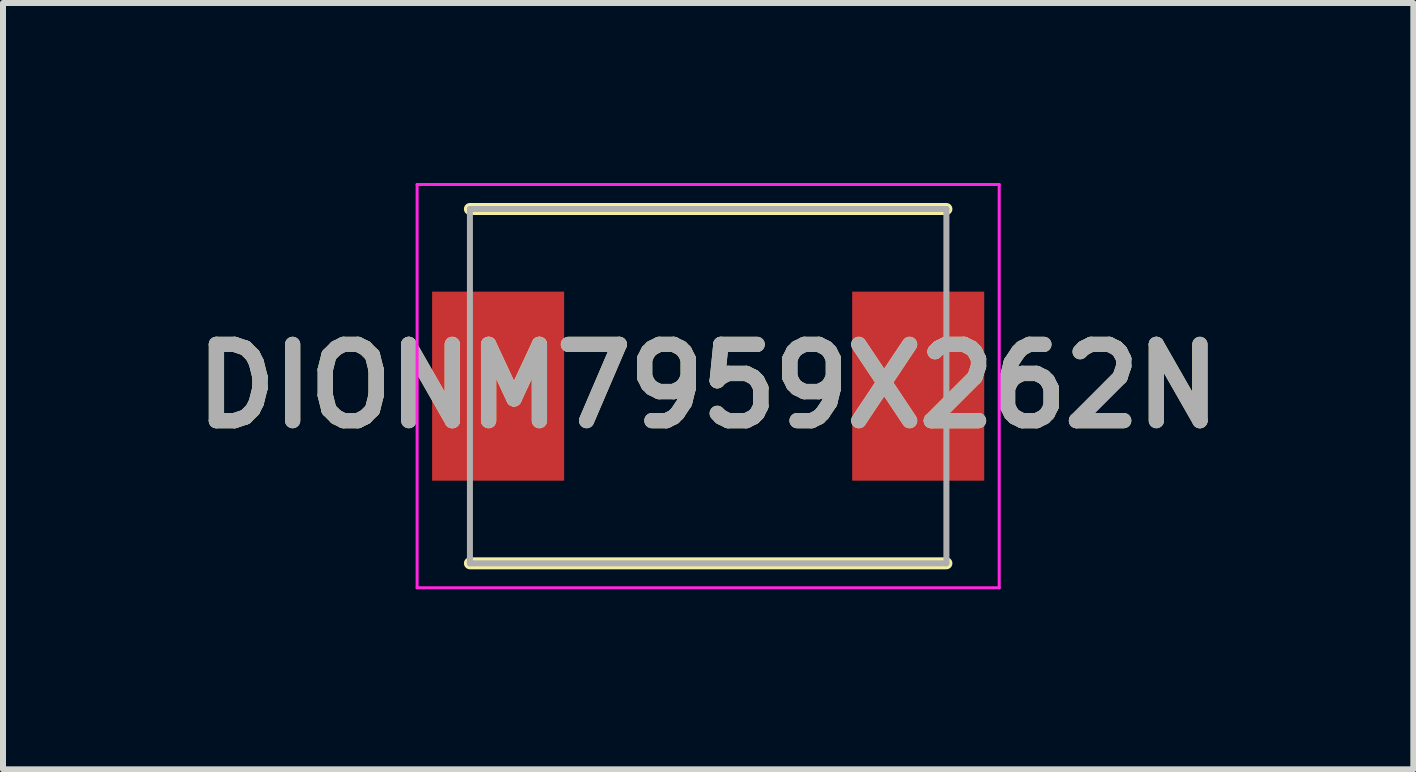
<source format=kicad_pcb>
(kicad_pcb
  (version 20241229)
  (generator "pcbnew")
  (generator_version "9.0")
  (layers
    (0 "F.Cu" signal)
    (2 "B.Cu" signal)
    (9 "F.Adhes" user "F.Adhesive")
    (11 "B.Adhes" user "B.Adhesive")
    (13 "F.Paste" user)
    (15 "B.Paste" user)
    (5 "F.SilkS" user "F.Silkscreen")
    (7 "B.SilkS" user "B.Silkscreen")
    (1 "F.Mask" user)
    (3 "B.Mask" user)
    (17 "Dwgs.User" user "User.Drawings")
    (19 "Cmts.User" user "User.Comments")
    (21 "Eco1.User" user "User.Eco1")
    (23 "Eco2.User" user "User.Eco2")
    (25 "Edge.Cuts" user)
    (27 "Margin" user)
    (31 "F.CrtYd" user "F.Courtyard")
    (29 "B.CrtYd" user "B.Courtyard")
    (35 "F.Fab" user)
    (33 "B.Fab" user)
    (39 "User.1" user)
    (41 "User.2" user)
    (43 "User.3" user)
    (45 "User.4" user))
  (footprint "DIONM7959X262N"
    (layer "F.Cu")
    (at 8.751 3.385)
    (property "Reference" "DIONM7959X262N" (at 0 0 0) (layer "F.SilkS") (effects (font (size 1.27 1.27) (thickness 0.254))))
    (attr smd)
    (fp_line (start -3.97 2.952) (end 3.97 2.952) (stroke (width 0.2) (type solid)) (layer "F.SilkS"))
    (fp_line (start 3.97 -2.952) (end -3.97 -2.952) (stroke (width 0.2) (type solid)) (layer "F.SilkS"))
    (fp_line (start -4.85 -3.36) (end 4.85 -3.36) (stroke (width 0.05) (type solid)) (layer "F.CrtYd"))
    (fp_line (start -4.85 3.36) (end -4.85 -3.36) (stroke (width 0.05) (type solid)) (layer "F.CrtYd"))
    (fp_line (start 4.85 -3.36) (end 4.85 3.36) (stroke (width 0.05) (type solid)) (layer "F.CrtYd"))
    (fp_line (start 4.85 3.36) (end -4.85 3.36) (stroke (width 0.05) (type solid)) (layer "F.CrtYd"))
    (fp_line (start -3.97 -2.952) (end 3.97 -2.952) (stroke (width 0.1) (type solid)) (layer "F.Fab"))
    (fp_line (start -3.97 2.952) (end -3.97 -2.952) (stroke (width 0.1) (type solid)) (layer "F.Fab"))
    (fp_line (start 3.97 -2.952) (end 3.97 2.952) (stroke (width 0.1) (type solid)) (layer "F.Fab"))
    (fp_line (start 3.97 2.952) (end -3.97 2.952) (stroke (width 0.1) (type solid)) (layer "F.Fab"))
    (fp_text user "${REFERENCE}" (at 0 0 0) (layer "F.Fab") (effects (font (size 1.27 1.27) (thickness 0.254))))
    (pad "1" smd rect (at -3.5 0) (size 2.2 3.15) (layers "F.Cu" "F.Mask" "F.Paste"))
    (pad "2" smd rect (at 3.5 0) (size 2.2 3.15) (layers "F.Cu" "F.Mask" "F.Paste")))
  (gr_rect
    (start -3 -3)
    (end 20.502 9.77)
    (stroke (width 0.1) (type default))
    (fill no)
    (layer "Edge.Cuts")))
</source>
